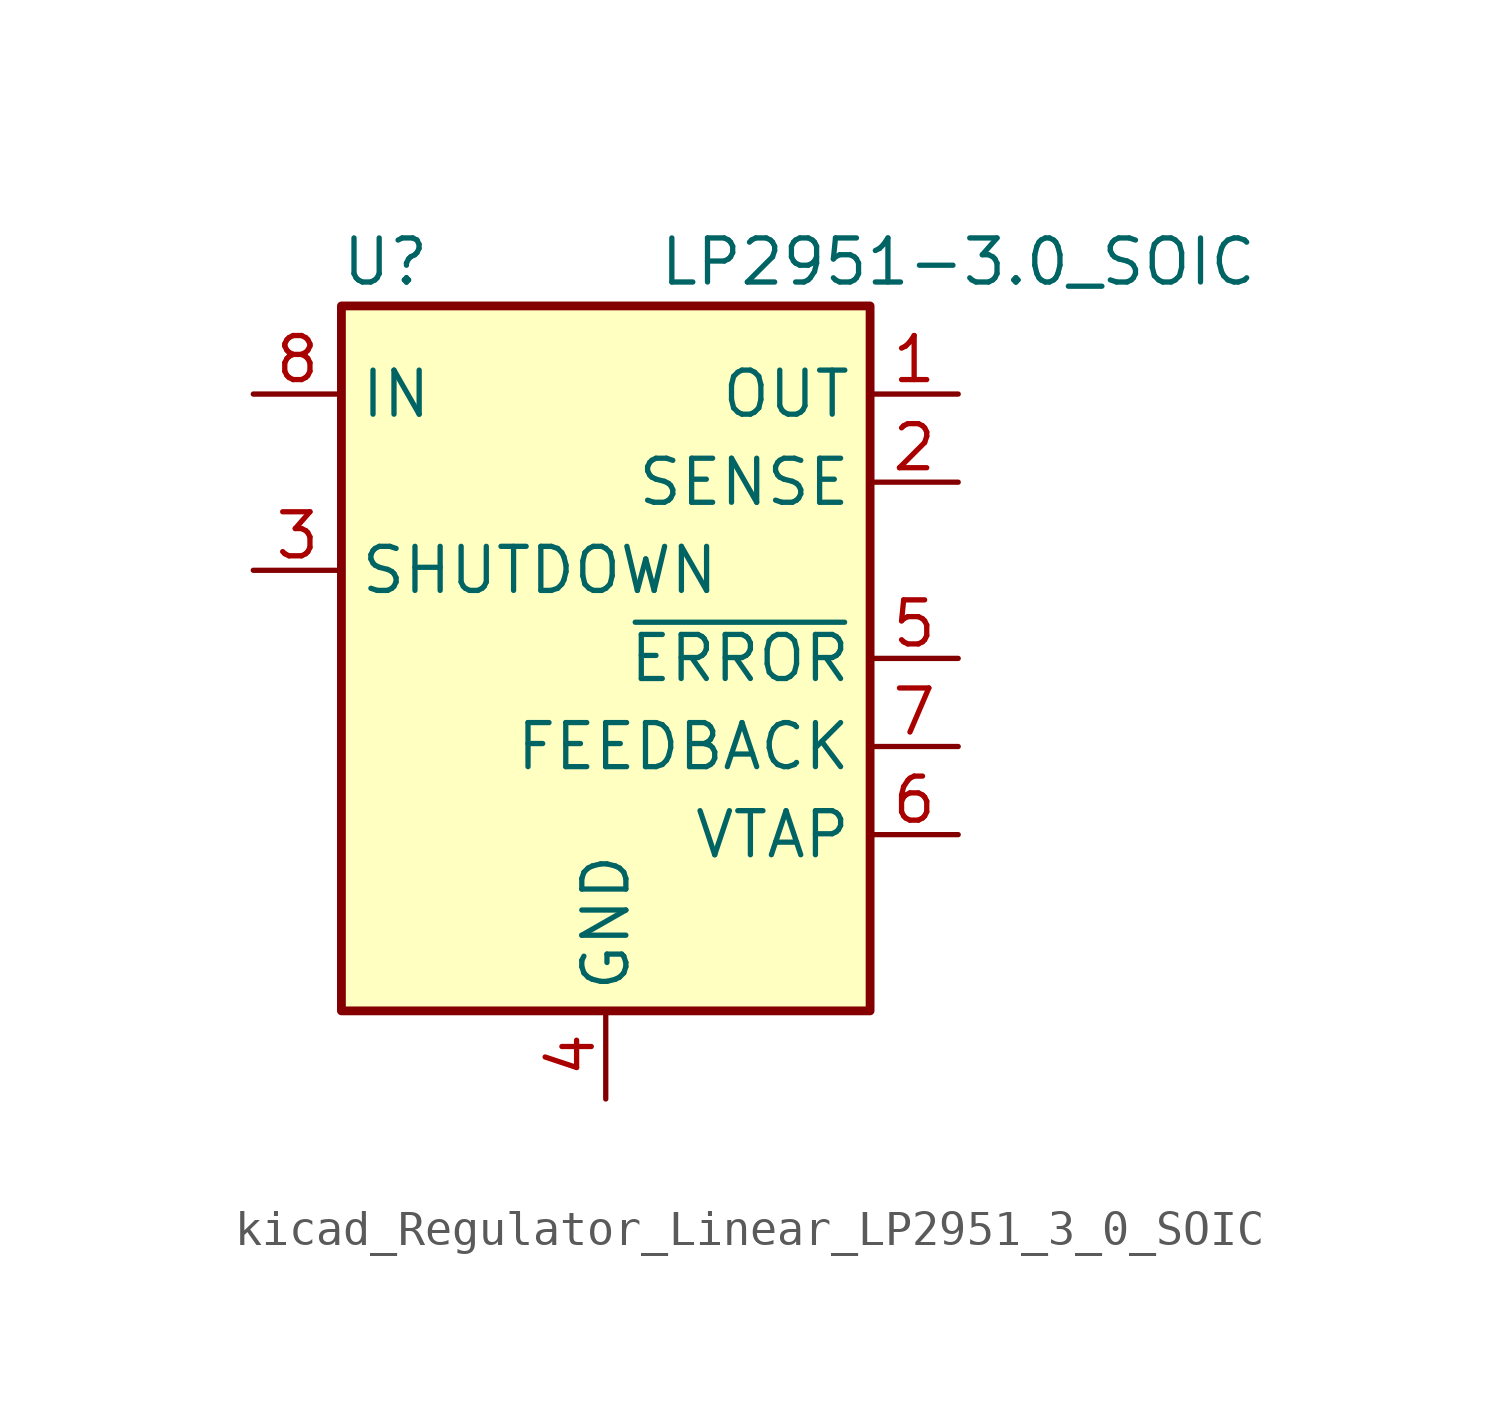
<source format=kicad_sym>
(kicad_symbol_lib
  (version 20220914)
  (generator kicad_symbol_editor)
  (symbol "kicad_Regulator_Linear_LP2951_3_0_SOIC"
    (property "Reference" "U"
      (at -6.35 11.43 0)
      (effects (font (size 1.27 1.27))))
    (property "Value" "LP2951-3.0_SOIC"
      (at 10.16 11.43 0)
      (effects (font (size 1.27 1.27))))
    (symbol "kicad_Regulator_Linear_LP2951_3_0_SOIC_0_1"
      (rectangle (start -7.62 10.16) (end 7.62 -10.16) (stroke (width 0.254) (type default)) (fill (type background))))
    (symbol "kicad_Regulator_Linear_LP2951_3_0_SOIC_1_1"
      (pin power_out line (at 10.16 7.62 180) (length 2.54) (name "OUT" (effects (font (size 1.27 1.27)))) (number "1" (effects (font (size 1.27 1.27)))))
      (pin passive line (at 10.16 5.08 180) (length 2.54) (name "SENSE" (effects (font (size 1.27 1.27)))) (number "2" (effects (font (size 1.27 1.27)))))
      (pin input line (at -10.16 2.54 0) (length 2.54) (name "SHUTDOWN" (effects (font (size 1.27 1.27)))) (number "3" (effects (font (size 1.27 1.27)))))
      (pin power_in line (at 0 -12.7 90) (length 2.54) (name "GND" (effects (font (size 1.27 1.27)))) (number "4" (effects (font (size 1.27 1.27)))))
      (pin open_collector line (at 10.16 0 180) (length 2.54) (name "~{ERROR}" (effects (font (size 1.27 1.27)))) (number "5" (effects (font (size 1.27 1.27)))))
      (pin input line (at 10.16 -5.08 180) (length 2.54) (name "VTAP" (effects (font (size 1.27 1.27)))) (number "6" (effects (font (size 1.27 1.27)))))
      (pin input line (at 10.16 -2.54 180) (length 2.54) (name "FEEDBACK" (effects (font (size 1.27 1.27)))) (number "7" (effects (font (size 1.27 1.27)))))
      (pin power_in line (at -10.16 7.62 0) (length 2.54) (name "IN" (effects (font (size 1.27 1.27)))) (number "8" (effects (font (size 1.27 1.27))))))))
</source>
